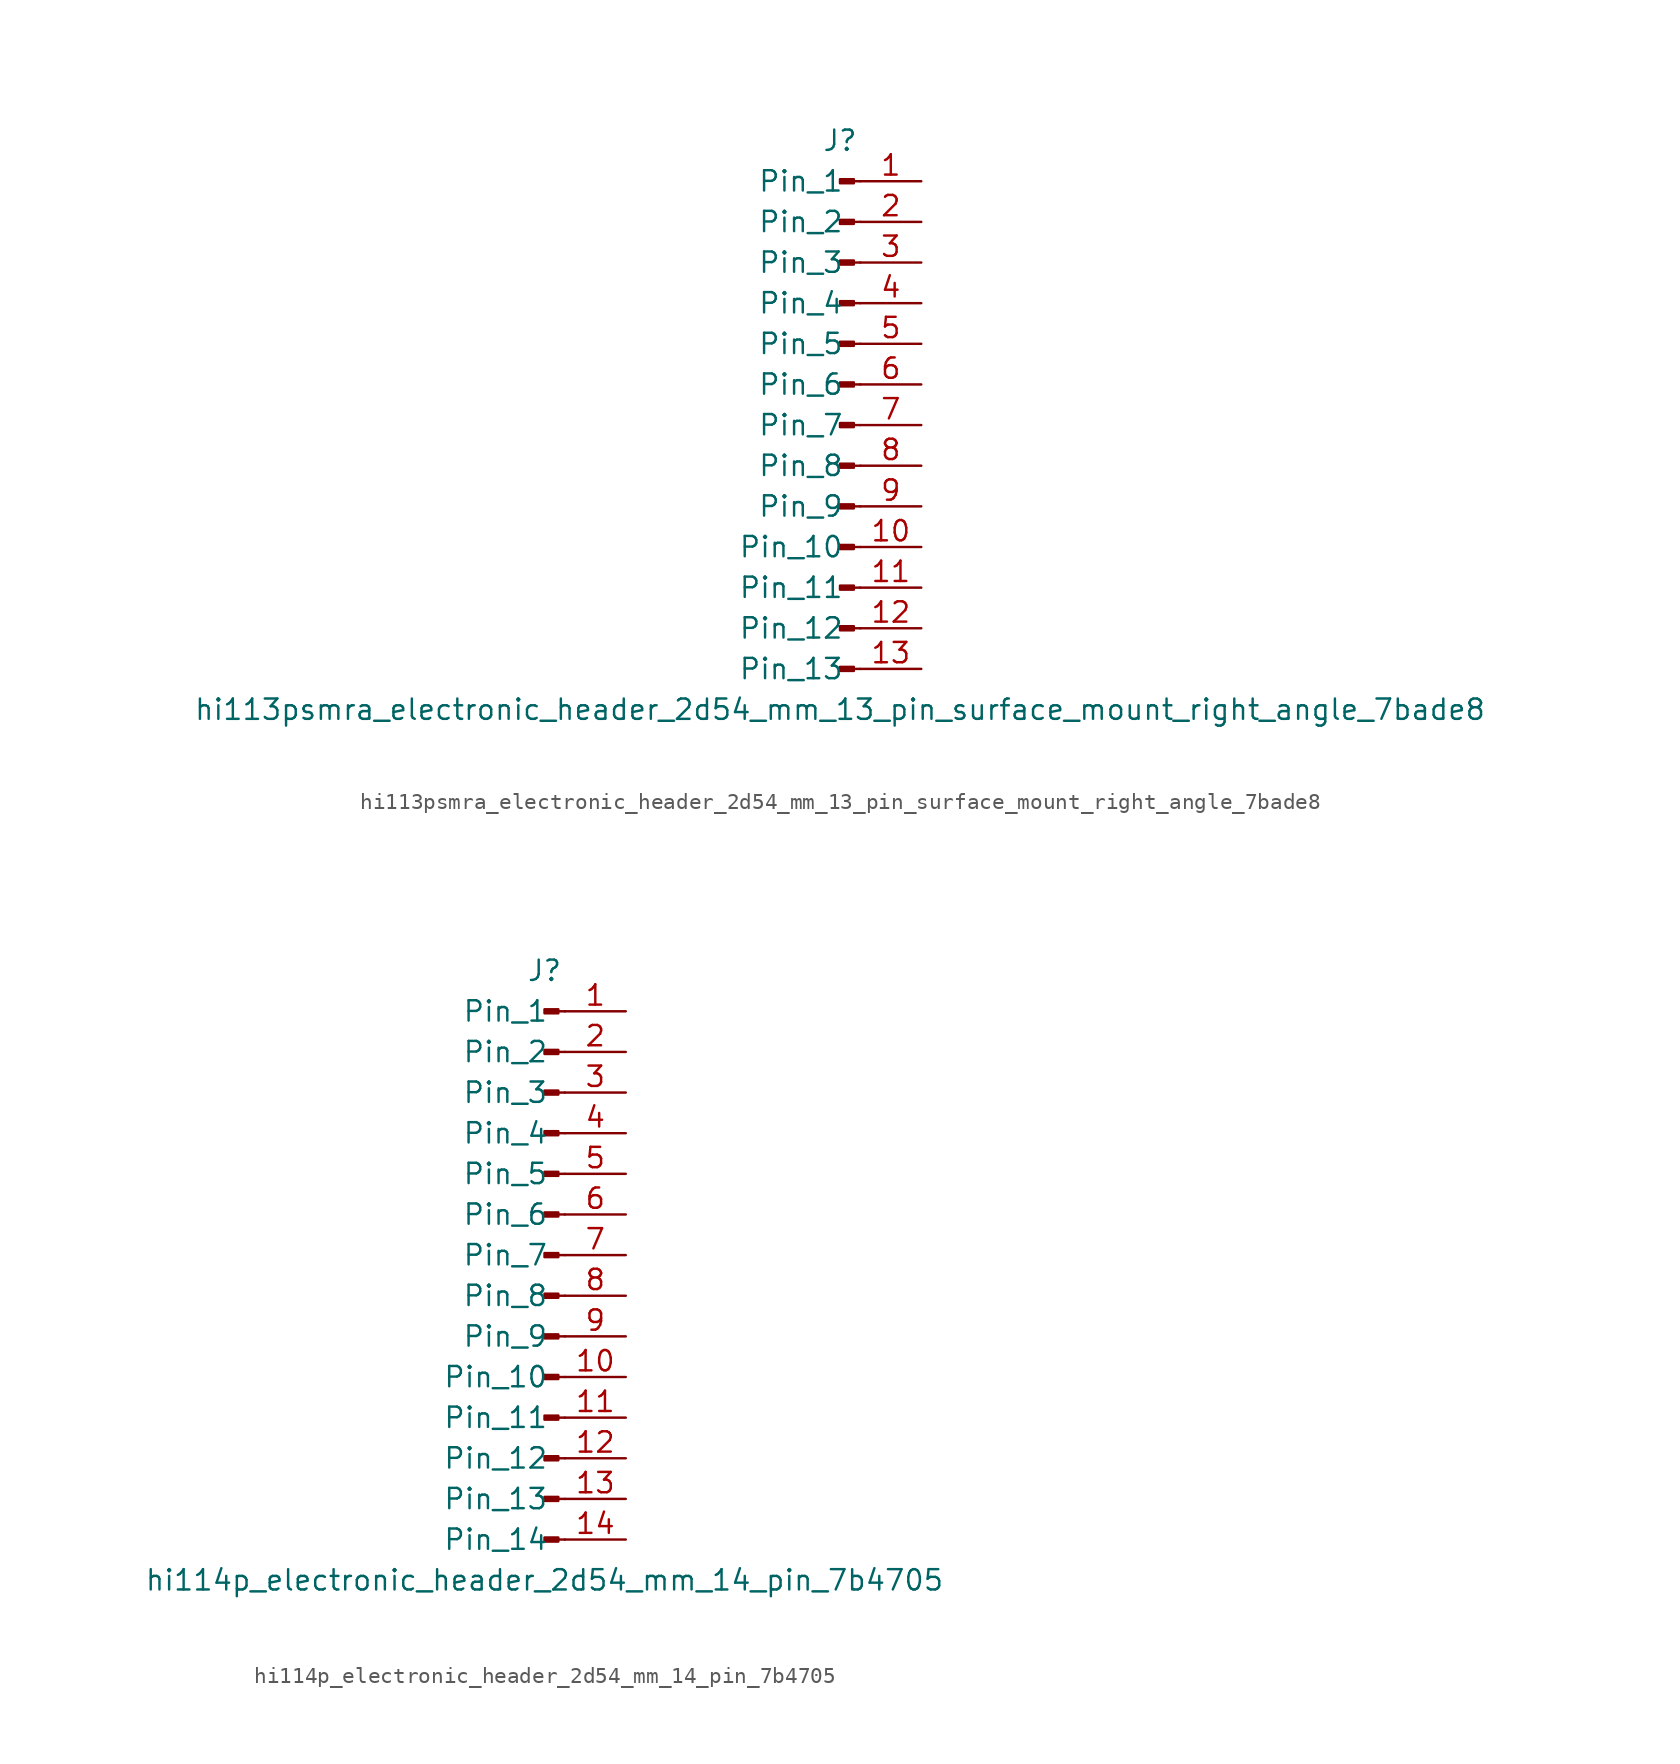
<source format=kicad_sym>
(kicad_symbol_lib
  (version 20220914)
  (generator kicad_symbol_editor)
  (symbol "hi113psmra_electronic_header_2d54_mm_13_pin_surface_mount_right_angle_7bade8"
    (pin_names
      (offset 1.016))
    (property "Reference" "J"
      (at 0 17.78 0)
      (effects (font (size 1.27 1.27))))
    (property "Value" "hi113psmra_electronic_header_2d54_mm_13_pin_surface_mount_right_angle_7bade8"
      (at 0 -17.78 0)
      (effects (font (size 1.27 1.27))))
    (property "ki_locked" ""
      (at 0 0 0)
      (effects (font (size 1.27 1.27))))
    (symbol "hi113psmra_electronic_header_2d54_mm_13_pin_surface_mount_right_angle_7bade8_1_1"
      (polyline (pts (xy 1.27 -15.24) (xy 0.864 -15.24)) (stroke (width 0.152) (type default)) (fill (type none)))
      (polyline (pts (xy 1.27 -12.7) (xy 0.864 -12.7)) (stroke (width 0.152) (type default)) (fill (type none)))
      (polyline (pts (xy 1.27 -10.16) (xy 0.864 -10.16)) (stroke (width 0.152) (type default)) (fill (type none)))
      (polyline (pts (xy 1.27 -7.62) (xy 0.864 -7.62)) (stroke (width 0.152) (type default)) (fill (type none)))
      (polyline (pts (xy 1.27 -5.08) (xy 0.864 -5.08)) (stroke (width 0.152) (type default)) (fill (type none)))
      (polyline (pts (xy 1.27 -2.54) (xy 0.864 -2.54)) (stroke (width 0.152) (type default)) (fill (type none)))
      (polyline (pts (xy 1.27 0) (xy 0.864 0)) (stroke (width 0.152) (type default)) (fill (type none)))
      (polyline (pts (xy 1.27 2.54) (xy 0.864 2.54)) (stroke (width 0.152) (type default)) (fill (type none)))
      (polyline (pts (xy 1.27 5.08) (xy 0.864 5.08)) (stroke (width 0.152) (type default)) (fill (type none)))
      (polyline (pts (xy 1.27 7.62) (xy 0.864 7.62)) (stroke (width 0.152) (type default)) (fill (type none)))
      (polyline (pts (xy 1.27 10.16) (xy 0.864 10.16)) (stroke (width 0.152) (type default)) (fill (type none)))
      (polyline (pts (xy 1.27 12.7) (xy 0.864 12.7)) (stroke (width 0.152) (type default)) (fill (type none)))
      (polyline (pts (xy 1.27 15.24) (xy 0.864 15.24)) (stroke (width 0.152) (type default)) (fill (type none)))
      (rectangle (start 0.864 -15.113) (end 0 -15.367) (stroke (width 0.152) (type default)) (fill (type outline)))
      (rectangle (start 0.864 -12.573) (end 0 -12.827) (stroke (width 0.152) (type default)) (fill (type outline)))
      (rectangle (start 0.864 -10.033) (end 0 -10.287) (stroke (width 0.152) (type default)) (fill (type outline)))
      (rectangle (start 0.864 -7.493) (end 0 -7.747) (stroke (width 0.152) (type default)) (fill (type outline)))
      (rectangle (start 0.864 -4.953) (end 0 -5.207) (stroke (width 0.152) (type default)) (fill (type outline)))
      (rectangle (start 0.864 -2.413) (end 0 -2.667) (stroke (width 0.152) (type default)) (fill (type outline)))
      (rectangle (start 0.864 0.127) (end 0 -0.127) (stroke (width 0.152) (type default)) (fill (type outline)))
      (rectangle (start 0.864 2.667) (end 0 2.413) (stroke (width 0.152) (type default)) (fill (type outline)))
      (rectangle (start 0.864 5.207) (end 0 4.953) (stroke (width 0.152) (type default)) (fill (type outline)))
      (rectangle (start 0.864 7.747) (end 0 7.493) (stroke (width 0.152) (type default)) (fill (type outline)))
      (rectangle (start 0.864 10.287) (end 0 10.033) (stroke (width 0.152) (type default)) (fill (type outline)))
      (rectangle (start 0.864 12.827) (end 0 12.573) (stroke (width 0.152) (type default)) (fill (type outline)))
      (rectangle (start 0.864 15.367) (end 0 15.113) (stroke (width 0.152) (type default)) (fill (type outline)))
      (pin passive line (at 5.08 15.24 180) (length 3.81) (name "Pin_1" (effects (font (size 1.27 1.27)))) (number "1" (effects (font (size 1.27 1.27)))))
      (pin passive line (at 5.08 -7.62 180) (length 3.81) (name "Pin_10" (effects (font (size 1.27 1.27)))) (number "10" (effects (font (size 1.27 1.27)))))
      (pin passive line (at 5.08 -10.16 180) (length 3.81) (name "Pin_11" (effects (font (size 1.27 1.27)))) (number "11" (effects (font (size 1.27 1.27)))))
      (pin passive line (at 5.08 -12.7 180) (length 3.81) (name "Pin_12" (effects (font (size 1.27 1.27)))) (number "12" (effects (font (size 1.27 1.27)))))
      (pin passive line (at 5.08 -15.24 180) (length 3.81) (name "Pin_13" (effects (font (size 1.27 1.27)))) (number "13" (effects (font (size 1.27 1.27)))))
      (pin passive line (at 5.08 12.7 180) (length 3.81) (name "Pin_2" (effects (font (size 1.27 1.27)))) (number "2" (effects (font (size 1.27 1.27)))))
      (pin passive line (at 5.08 10.16 180) (length 3.81) (name "Pin_3" (effects (font (size 1.27 1.27)))) (number "3" (effects (font (size 1.27 1.27)))))
      (pin passive line (at 5.08 7.62 180) (length 3.81) (name "Pin_4" (effects (font (size 1.27 1.27)))) (number "4" (effects (font (size 1.27 1.27)))))
      (pin passive line (at 5.08 5.08 180) (length 3.81) (name "Pin_5" (effects (font (size 1.27 1.27)))) (number "5" (effects (font (size 1.27 1.27)))))
      (pin passive line (at 5.08 2.54 180) (length 3.81) (name "Pin_6" (effects (font (size 1.27 1.27)))) (number "6" (effects (font (size 1.27 1.27)))))
      (pin passive line (at 5.08 0 180) (length 3.81) (name "Pin_7" (effects (font (size 1.27 1.27)))) (number "7" (effects (font (size 1.27 1.27)))))
      (pin passive line (at 5.08 -2.54 180) (length 3.81) (name "Pin_8" (effects (font (size 1.27 1.27)))) (number "8" (effects (font (size 1.27 1.27)))))
      (pin passive line (at 5.08 -5.08 180) (length 3.81) (name "Pin_9" (effects (font (size 1.27 1.27)))) (number "9" (effects (font (size 1.27 1.27)))))))
  (symbol "hi114p_electronic_header_2d54_mm_14_pin_7b4705"
    (pin_names
      (offset 1.016))
    (property "Reference" "J"
      (at 0 17.78 0)
      (effects (font (size 1.27 1.27))))
    (property "Value" "hi114p_electronic_header_2d54_mm_14_pin_7b4705"
      (at 0 -20.32 0)
      (effects (font (size 1.27 1.27))))
    (property "ki_locked" ""
      (at 0 0 0)
      (effects (font (size 1.27 1.27))))
    (symbol "hi114p_electronic_header_2d54_mm_14_pin_7b4705_1_1"
      (polyline (pts (xy 1.27 -17.78) (xy 0.864 -17.78)) (stroke (width 0.152) (type default)) (fill (type none)))
      (polyline (pts (xy 1.27 -15.24) (xy 0.864 -15.24)) (stroke (width 0.152) (type default)) (fill (type none)))
      (polyline (pts (xy 1.27 -12.7) (xy 0.864 -12.7)) (stroke (width 0.152) (type default)) (fill (type none)))
      (polyline (pts (xy 1.27 -10.16) (xy 0.864 -10.16)) (stroke (width 0.152) (type default)) (fill (type none)))
      (polyline (pts (xy 1.27 -7.62) (xy 0.864 -7.62)) (stroke (width 0.152) (type default)) (fill (type none)))
      (polyline (pts (xy 1.27 -5.08) (xy 0.864 -5.08)) (stroke (width 0.152) (type default)) (fill (type none)))
      (polyline (pts (xy 1.27 -2.54) (xy 0.864 -2.54)) (stroke (width 0.152) (type default)) (fill (type none)))
      (polyline (pts (xy 1.27 0) (xy 0.864 0)) (stroke (width 0.152) (type default)) (fill (type none)))
      (polyline (pts (xy 1.27 2.54) (xy 0.864 2.54)) (stroke (width 0.152) (type default)) (fill (type none)))
      (polyline (pts (xy 1.27 5.08) (xy 0.864 5.08)) (stroke (width 0.152) (type default)) (fill (type none)))
      (polyline (pts (xy 1.27 7.62) (xy 0.864 7.62)) (stroke (width 0.152) (type default)) (fill (type none)))
      (polyline (pts (xy 1.27 10.16) (xy 0.864 10.16)) (stroke (width 0.152) (type default)) (fill (type none)))
      (polyline (pts (xy 1.27 12.7) (xy 0.864 12.7)) (stroke (width 0.152) (type default)) (fill (type none)))
      (polyline (pts (xy 1.27 15.24) (xy 0.864 15.24)) (stroke (width 0.152) (type default)) (fill (type none)))
      (rectangle (start 0.864 -17.653) (end 0 -17.907) (stroke (width 0.152) (type default)) (fill (type outline)))
      (rectangle (start 0.864 -15.113) (end 0 -15.367) (stroke (width 0.152) (type default)) (fill (type outline)))
      (rectangle (start 0.864 -12.573) (end 0 -12.827) (stroke (width 0.152) (type default)) (fill (type outline)))
      (rectangle (start 0.864 -10.033) (end 0 -10.287) (stroke (width 0.152) (type default)) (fill (type outline)))
      (rectangle (start 0.864 -7.493) (end 0 -7.747) (stroke (width 0.152) (type default)) (fill (type outline)))
      (rectangle (start 0.864 -4.953) (end 0 -5.207) (stroke (width 0.152) (type default)) (fill (type outline)))
      (rectangle (start 0.864 -2.413) (end 0 -2.667) (stroke (width 0.152) (type default)) (fill (type outline)))
      (rectangle (start 0.864 0.127) (end 0 -0.127) (stroke (width 0.152) (type default)) (fill (type outline)))
      (rectangle (start 0.864 2.667) (end 0 2.413) (stroke (width 0.152) (type default)) (fill (type outline)))
      (rectangle (start 0.864 5.207) (end 0 4.953) (stroke (width 0.152) (type default)) (fill (type outline)))
      (rectangle (start 0.864 7.747) (end 0 7.493) (stroke (width 0.152) (type default)) (fill (type outline)))
      (rectangle (start 0.864 10.287) (end 0 10.033) (stroke (width 0.152) (type default)) (fill (type outline)))
      (rectangle (start 0.864 12.827) (end 0 12.573) (stroke (width 0.152) (type default)) (fill (type outline)))
      (rectangle (start 0.864 15.367) (end 0 15.113) (stroke (width 0.152) (type default)) (fill (type outline)))
      (pin passive line (at 5.08 15.24 180) (length 3.81) (name "Pin_1" (effects (font (size 1.27 1.27)))) (number "1" (effects (font (size 1.27 1.27)))))
      (pin passive line (at 5.08 -7.62 180) (length 3.81) (name "Pin_10" (effects (font (size 1.27 1.27)))) (number "10" (effects (font (size 1.27 1.27)))))
      (pin passive line (at 5.08 -10.16 180) (length 3.81) (name "Pin_11" (effects (font (size 1.27 1.27)))) (number "11" (effects (font (size 1.27 1.27)))))
      (pin passive line (at 5.08 -12.7 180) (length 3.81) (name "Pin_12" (effects (font (size 1.27 1.27)))) (number "12" (effects (font (size 1.27 1.27)))))
      (pin passive line (at 5.08 -15.24 180) (length 3.81) (name "Pin_13" (effects (font (size 1.27 1.27)))) (number "13" (effects (font (size 1.27 1.27)))))
      (pin passive line (at 5.08 -17.78 180) (length 3.81) (name "Pin_14" (effects (font (size 1.27 1.27)))) (number "14" (effects (font (size 1.27 1.27)))))
      (pin passive line (at 5.08 12.7 180) (length 3.81) (name "Pin_2" (effects (font (size 1.27 1.27)))) (number "2" (effects (font (size 1.27 1.27)))))
      (pin passive line (at 5.08 10.16 180) (length 3.81) (name "Pin_3" (effects (font (size 1.27 1.27)))) (number "3" (effects (font (size 1.27 1.27)))))
      (pin passive line (at 5.08 7.62 180) (length 3.81) (name "Pin_4" (effects (font (size 1.27 1.27)))) (number "4" (effects (font (size 1.27 1.27)))))
      (pin passive line (at 5.08 5.08 180) (length 3.81) (name "Pin_5" (effects (font (size 1.27 1.27)))) (number "5" (effects (font (size 1.27 1.27)))))
      (pin passive line (at 5.08 2.54 180) (length 3.81) (name "Pin_6" (effects (font (size 1.27 1.27)))) (number "6" (effects (font (size 1.27 1.27)))))
      (pin passive line (at 5.08 0 180) (length 3.81) (name "Pin_7" (effects (font (size 1.27 1.27)))) (number "7" (effects (font (size 1.27 1.27)))))
      (pin passive line (at 5.08 -2.54 180) (length 3.81) (name "Pin_8" (effects (font (size 1.27 1.27)))) (number "8" (effects (font (size 1.27 1.27)))))
      (pin passive line (at 5.08 -5.08 180) (length 3.81) (name "Pin_9" (effects (font (size 1.27 1.27)))) (number "9" (effects (font (size 1.27 1.27))))))))
</source>
